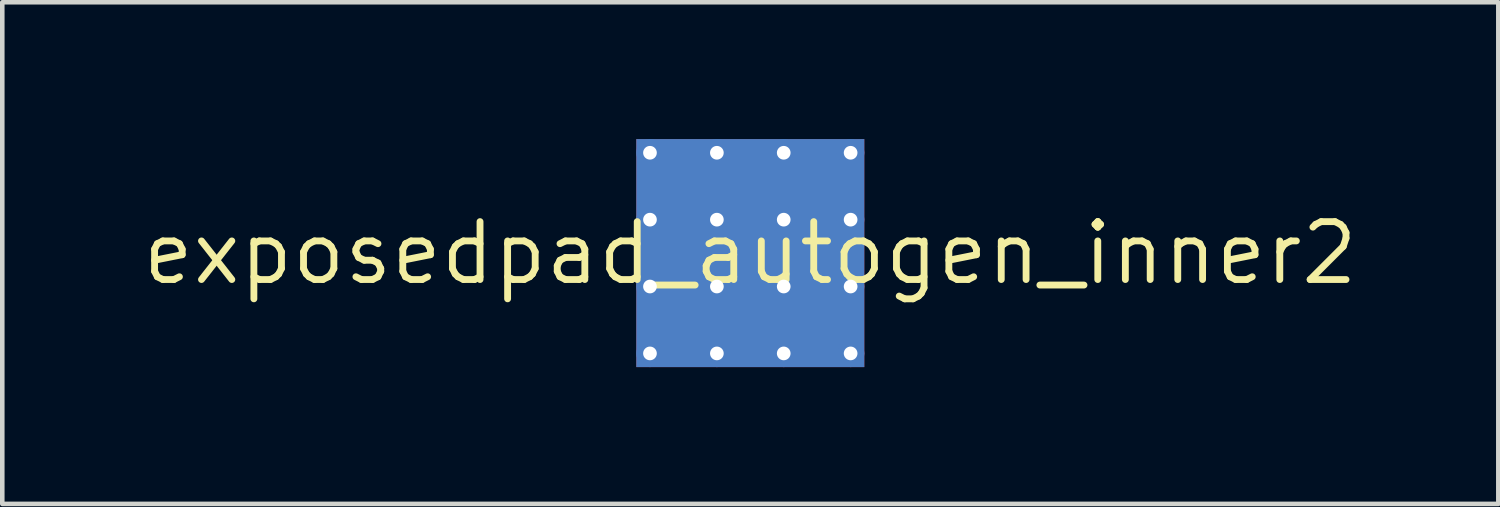
<source format=kicad_pcb>
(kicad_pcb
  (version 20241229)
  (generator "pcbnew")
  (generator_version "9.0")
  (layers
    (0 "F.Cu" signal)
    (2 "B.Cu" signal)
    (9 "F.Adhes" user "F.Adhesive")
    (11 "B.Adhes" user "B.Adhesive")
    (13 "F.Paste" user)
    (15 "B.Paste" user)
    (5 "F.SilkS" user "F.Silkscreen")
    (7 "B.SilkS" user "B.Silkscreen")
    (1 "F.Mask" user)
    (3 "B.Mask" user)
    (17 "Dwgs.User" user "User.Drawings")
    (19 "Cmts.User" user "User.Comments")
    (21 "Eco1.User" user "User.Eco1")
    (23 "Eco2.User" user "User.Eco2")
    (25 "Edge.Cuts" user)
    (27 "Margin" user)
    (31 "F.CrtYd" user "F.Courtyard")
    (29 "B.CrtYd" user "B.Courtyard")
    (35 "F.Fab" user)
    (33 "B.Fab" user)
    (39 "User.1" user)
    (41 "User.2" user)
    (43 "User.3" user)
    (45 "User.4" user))
  (footprint "exposedpad_autogen_inner2"
    (layer "F.Cu")
    (at 13.403 2.5)
    (property "Reference" "exposedpad_autogen_inner2" (at 0 0 0) (layer "F.SilkS") (effects (font (size 1.27 1.27) (thickness 0.15))))
    (attr smd)
    (pad "" smd custom (at -1.833 -1.833) (size 0.491 0.491) (layers "F.Paste") (options (anchor circle)) (primitives (gr_poly (pts (xy -0.295 -0.156) (xy -0.156 -0.295) (xy 0.295 -0.295) (xy 0.295 0.295) (xy -0.295 0.295)) (width 0) (fill yes))))
    (pad "" smd custom (at -1.833 -1.1) (size 0.491 0.491) (layers "F.Paste") (options (anchor circle)) (primitives (gr_poly (pts (xy -0.295 -0.295) (xy 0.295 -0.295) (xy 0.295 0.295) (xy -0.156 0.295) (xy -0.295 0.156)) (width 0) (fill yes))))
    (pad "" smd custom (at -1.833 -0.367) (size 0.491 0.491) (layers "F.Paste") (options (anchor circle)) (primitives (gr_poly (pts (xy -0.295 -0.156) (xy -0.156 -0.295) (xy 0.295 -0.295) (xy 0.295 0.295) (xy -0.295 0.295)) (width 0) (fill yes))))
    (pad "" smd custom (at -1.833 0.367) (size 0.491 0.491) (layers "F.Paste") (options (anchor circle)) (primitives (gr_poly (pts (xy -0.295 -0.295) (xy 0.295 -0.295) (xy 0.295 0.295) (xy -0.156 0.295) (xy -0.295 0.156)) (width 0) (fill yes))))
    (pad "" smd custom (at -1.833 1.1) (size 0.491 0.491) (layers "F.Paste") (options (anchor circle)) (primitives (gr_poly (pts (xy -0.295 -0.156) (xy -0.156 -0.295) (xy 0.295 -0.295) (xy 0.295 0.295) (xy -0.295 0.295)) (width 0) (fill yes))))
    (pad "" smd custom (at -1.833 1.833) (size 0.491 0.491) (layers "F.Paste") (options (anchor circle)) (primitives (gr_poly (pts (xy -0.295 -0.295) (xy 0.295 -0.295) (xy 0.295 0.295) (xy -0.156 0.295) (xy -0.295 0.156)) (width 0) (fill yes))))
    (pad "" smd custom (at -1.1 -1.833) (size 0.491 0.491) (layers "F.Paste") (options (anchor circle)) (primitives (gr_poly (pts (xy -0.295 -0.295) (xy 0.156 -0.295) (xy 0.295 -0.156) (xy 0.295 0.295) (xy -0.295 0.295)) (width 0) (fill yes))))
    (pad "" smd custom (at -1.1 -1.1) (size 0.491 0.491) (layers "F.Paste") (options (anchor circle)) (primitives (gr_poly (pts (xy -0.295 -0.295) (xy 0.295 -0.295) (xy 0.295 0.156) (xy 0.156 0.295) (xy -0.295 0.295)) (width 0) (fill yes))))
    (pad "" smd custom (at -1.1 -0.367) (size 0.491 0.491) (layers "F.Paste") (options (anchor circle)) (primitives (gr_poly (pts (xy -0.295 -0.295) (xy 0.156 -0.295) (xy 0.295 -0.156) (xy 0.295 0.295) (xy -0.295 0.295)) (width 0) (fill yes))))
    (pad "" smd custom (at -1.1 0.367) (size 0.491 0.491) (layers "F.Paste") (options (anchor circle)) (primitives (gr_poly (pts (xy -0.295 -0.295) (xy 0.295 -0.295) (xy 0.295 0.156) (xy 0.156 0.295) (xy -0.295 0.295)) (width 0) (fill yes))))
    (pad "" smd custom (at -1.1 1.1) (size 0.491 0.491) (layers "F.Paste") (options (anchor circle)) (primitives (gr_poly (pts (xy -0.295 -0.295) (xy 0.156 -0.295) (xy 0.295 -0.156) (xy 0.295 0.295) (xy -0.295 0.295)) (width 0) (fill yes))))
    (pad "" smd custom (at -1.1 1.833) (size 0.491 0.491) (layers "F.Paste") (options (anchor circle)) (primitives (gr_poly (pts (xy -0.295 -0.295) (xy 0.295 -0.295) (xy 0.295 0.156) (xy 0.156 0.295) (xy -0.295 0.295)) (width 0) (fill yes))))
    (pad "" smd custom (at -0.367 -1.833) (size 0.491 0.491) (layers "F.Paste") (options (anchor circle)) (primitives (gr_poly (pts (xy -0.295 -0.156) (xy -0.156 -0.295) (xy 0.295 -0.295) (xy 0.295 0.295) (xy -0.295 0.295)) (width 0) (fill yes))))
    (pad "" smd custom (at -0.367 -1.1) (size 0.491 0.491) (layers "F.Paste") (options (anchor circle)) (primitives (gr_poly (pts (xy -0.295 -0.295) (xy 0.295 -0.295) (xy 0.295 0.295) (xy -0.156 0.295) (xy -0.295 0.156)) (width 0) (fill yes))))
    (pad "" smd custom (at -0.367 -0.367) (size 0.491 0.491) (layers "F.Paste") (options (anchor circle)) (primitives (gr_poly (pts (xy -0.295 -0.156) (xy -0.156 -0.295) (xy 0.295 -0.295) (xy 0.295 0.295) (xy -0.295 0.295)) (width 0) (fill yes))))
    (pad "" smd custom (at -0.367 0.367) (size 0.491 0.491) (layers "F.Paste") (options (anchor circle)) (primitives (gr_poly (pts (xy -0.295 -0.295) (xy 0.295 -0.295) (xy 0.295 0.295) (xy -0.156 0.295) (xy -0.295 0.156)) (width 0) (fill yes))))
    (pad "" smd custom (at -0.367 1.1) (size 0.491 0.491) (layers "F.Paste") (options (anchor circle)) (primitives (gr_poly (pts (xy -0.295 -0.156) (xy -0.156 -0.295) (xy 0.295 -0.295) (xy 0.295 0.295) (xy -0.295 0.295)) (width 0) (fill yes))))
    (pad "" smd custom (at -0.367 1.833) (size 0.491 0.491) (layers "F.Paste") (options (anchor circle)) (primitives (gr_poly (pts (xy -0.295 -0.295) (xy 0.295 -0.295) (xy 0.295 0.295) (xy -0.156 0.295) (xy -0.295 0.156)) (width 0) (fill yes))))
    (pad "" smd custom (at 0.367 -1.833) (size 0.491 0.491) (layers "F.Paste") (options (anchor circle)) (primitives (gr_poly (pts (xy -0.295 -0.295) (xy 0.156 -0.295) (xy 0.295 -0.156) (xy 0.295 0.295) (xy -0.295 0.295)) (width 0) (fill yes))))
    (pad "" smd custom (at 0.367 -1.1) (size 0.491 0.491) (layers "F.Paste") (options (anchor circle)) (primitives (gr_poly (pts (xy -0.295 -0.295) (xy 0.295 -0.295) (xy 0.295 0.156) (xy 0.156 0.295) (xy -0.295 0.295)) (width 0) (fill yes))))
    (pad "" smd custom (at 0.367 -0.367) (size 0.491 0.491) (layers "F.Paste") (options (anchor circle)) (primitives (gr_poly (pts (xy -0.295 -0.295) (xy 0.156 -0.295) (xy 0.295 -0.156) (xy 0.295 0.295) (xy -0.295 0.295)) (width 0) (fill yes))))
    (pad "" smd custom (at 0.367 0.367) (size 0.491 0.491) (layers "F.Paste") (options (anchor circle)) (primitives (gr_poly (pts (xy -0.295 -0.295) (xy 0.295 -0.295) (xy 0.295 0.156) (xy 0.156 0.295) (xy -0.295 0.295)) (width 0) (fill yes))))
    (pad "" smd custom (at 0.367 1.1) (size 0.491 0.491) (layers "F.Paste") (options (anchor circle)) (primitives (gr_poly (pts (xy -0.295 -0.295) (xy 0.156 -0.295) (xy 0.295 -0.156) (xy 0.295 0.295) (xy -0.295 0.295)) (width 0) (fill yes))))
    (pad "" smd custom (at 0.367 1.833) (size 0.491 0.491) (layers "F.Paste") (options (anchor circle)) (primitives (gr_poly (pts (xy -0.295 -0.295) (xy 0.295 -0.295) (xy 0.295 0.156) (xy 0.156 0.295) (xy -0.295 0.295)) (width 0) (fill yes))))
    (pad "" smd custom (at 1.1 -1.833) (size 0.491 0.491) (layers "F.Paste") (options (anchor circle)) (primitives (gr_poly (pts (xy -0.295 -0.156) (xy -0.156 -0.295) (xy 0.295 -0.295) (xy 0.295 0.295) (xy -0.295 0.295)) (width 0) (fill yes))))
    (pad "" smd custom (at 1.1 -1.1) (size 0.491 0.491) (layers "F.Paste") (options (anchor circle)) (primitives (gr_poly (pts (xy -0.295 -0.295) (xy 0.295 -0.295) (xy 0.295 0.295) (xy -0.156 0.295) (xy -0.295 0.156)) (width 0) (fill yes))))
    (pad "" smd custom (at 1.1 -0.367) (size 0.491 0.491) (layers "F.Paste") (options (anchor circle)) (primitives (gr_poly (pts (xy -0.295 -0.156) (xy -0.156 -0.295) (xy 0.295 -0.295) (xy 0.295 0.295) (xy -0.295 0.295)) (width 0) (fill yes))))
    (pad "" smd custom (at 1.1 0.367) (size 0.491 0.491) (layers "F.Paste") (options (anchor circle)) (primitives (gr_poly (pts (xy -0.295 -0.295) (xy 0.295 -0.295) (xy 0.295 0.295) (xy -0.156 0.295) (xy -0.295 0.156)) (width 0) (fill yes))))
    (pad "" smd custom (at 1.1 1.1) (size 0.491 0.491) (layers "F.Paste") (options (anchor circle)) (primitives (gr_poly (pts (xy -0.295 -0.156) (xy -0.156 -0.295) (xy 0.295 -0.295) (xy 0.295 0.295) (xy -0.295 0.295)) (width 0) (fill yes))))
    (pad "" smd custom (at 1.1 1.833) (size 0.491 0.491) (layers "F.Paste") (options (anchor circle)) (primitives (gr_poly (pts (xy -0.295 -0.295) (xy 0.295 -0.295) (xy 0.295 0.295) (xy -0.156 0.295) (xy -0.295 0.156)) (width 0) (fill yes))))
    (pad "" smd custom (at 1.833 -1.833) (size 0.491 0.491) (layers "F.Paste") (options (anchor circle)) (primitives (gr_poly (pts (xy -0.295 -0.295) (xy 0.156 -0.295) (xy 0.295 -0.156) (xy 0.295 0.295) (xy -0.295 0.295)) (width 0) (fill yes))))
    (pad "" smd custom (at 1.833 -1.1) (size 0.491 0.491) (layers "F.Paste") (options (anchor circle)) (primitives (gr_poly (pts (xy -0.295 -0.295) (xy 0.295 -0.295) (xy 0.295 0.156) (xy 0.156 0.295) (xy -0.295 0.295)) (width 0) (fill yes))))
    (pad "" smd custom (at 1.833 -0.367) (size 0.491 0.491) (layers "F.Paste") (options (anchor circle)) (primitives (gr_poly (pts (xy -0.295 -0.295) (xy 0.156 -0.295) (xy 0.295 -0.156) (xy 0.295 0.295) (xy -0.295 0.295)) (width 0) (fill yes))))
    (pad "" smd custom (at 1.833 0.367) (size 0.491 0.491) (layers "F.Paste") (options (anchor circle)) (primitives (gr_poly (pts (xy -0.295 -0.295) (xy 0.295 -0.295) (xy 0.295 0.156) (xy 0.156 0.295) (xy -0.295 0.295)) (width 0) (fill yes))))
    (pad "" smd custom (at 1.833 1.1) (size 0.491 0.491) (layers "F.Paste") (options (anchor circle)) (primitives (gr_poly (pts (xy -0.295 -0.295) (xy 0.156 -0.295) (xy 0.295 -0.156) (xy 0.295 0.295) (xy -0.295 0.295)) (width 0) (fill yes))))
    (pad "" smd custom (at 1.833 1.833) (size 0.491 0.491) (layers "F.Paste") (options (anchor circle)) (primitives (gr_poly (pts (xy -0.295 -0.295) (xy 0.295 -0.295) (xy 0.295 0.156) (xy 0.156 0.295) (xy -0.295 0.295)) (width 0) (fill yes))))
    (pad "3" thru_hole circle (at -2.2 -2.2) (size 0.6 0.6) (drill 0.3) (property pad_prop_heatsink) (layers "*.Cu"))
    (pad "3" thru_hole circle (at -2.2 -0.733) (size 0.6 0.6) (drill 0.3) (property pad_prop_heatsink) (layers "*.Cu"))
    (pad "3" thru_hole circle (at -2.2 0.733) (size 0.6 0.6) (drill 0.3) (property pad_prop_heatsink) (layers "*.Cu"))
    (pad "3" thru_hole circle (at -2.2 2.2) (size 0.6 0.6) (drill 0.3) (property pad_prop_heatsink) (layers "*.Cu"))
    (pad "3" thru_hole circle (at -0.733 -2.2) (size 0.6 0.6) (drill 0.3) (property pad_prop_heatsink) (layers "*.Cu"))
    (pad "3" thru_hole circle (at -0.733 -0.733) (size 0.6 0.6) (drill 0.3) (property pad_prop_heatsink) (layers "*.Cu"))
    (pad "3" thru_hole circle (at -0.733 0.733) (size 0.6 0.6) (drill 0.3) (property pad_prop_heatsink) (layers "*.Cu"))
    (pad "3" thru_hole circle (at -0.733 2.2) (size 0.6 0.6) (drill 0.3) (property pad_prop_heatsink) (layers "*.Cu"))
    (pad "3" smd rect (at 0 0) (size 5 5) (property pad_prop_heatsink) (layers "F.Cu" "F.Mask"))
    (pad "3" smd rect (at 0 0) (size 5 5) (property pad_prop_heatsink) (layers "B.Cu"))
    (pad "3" thru_hole circle (at 0.733 -2.2) (size 0.6 0.6) (drill 0.3) (property pad_prop_heatsink) (layers "*.Cu"))
    (pad "3" thru_hole circle (at 0.733 -0.733) (size 0.6 0.6) (drill 0.3) (property pad_prop_heatsink) (layers "*.Cu"))
    (pad "3" thru_hole circle (at 0.733 0.733) (size 0.6 0.6) (drill 0.3) (property pad_prop_heatsink) (layers "*.Cu"))
    (pad "3" thru_hole circle (at 0.733 2.2) (size 0.6 0.6) (drill 0.3) (property pad_prop_heatsink) (layers "*.Cu"))
    (pad "3" thru_hole circle (at 2.2 -2.2) (size 0.6 0.6) (drill 0.3) (property pad_prop_heatsink) (layers "*.Cu"))
    (pad "3" thru_hole circle (at 2.2 -0.733) (size 0.6 0.6) (drill 0.3) (property pad_prop_heatsink) (layers "*.Cu"))
    (pad "3" thru_hole circle (at 2.2 0.733) (size 0.6 0.6) (drill 0.3) (property pad_prop_heatsink) (layers "*.Cu"))
    (pad "3" thru_hole circle (at 2.2 2.2) (size 0.6 0.6) (drill 0.3) (property pad_prop_heatsink) (layers "*.Cu")))
  (gr_rect
    (start -3 -3)
    (end 29.806 8)
    (stroke (width 0.1) (type default))
    (fill no)
    (layer "Edge.Cuts")))
</source>
